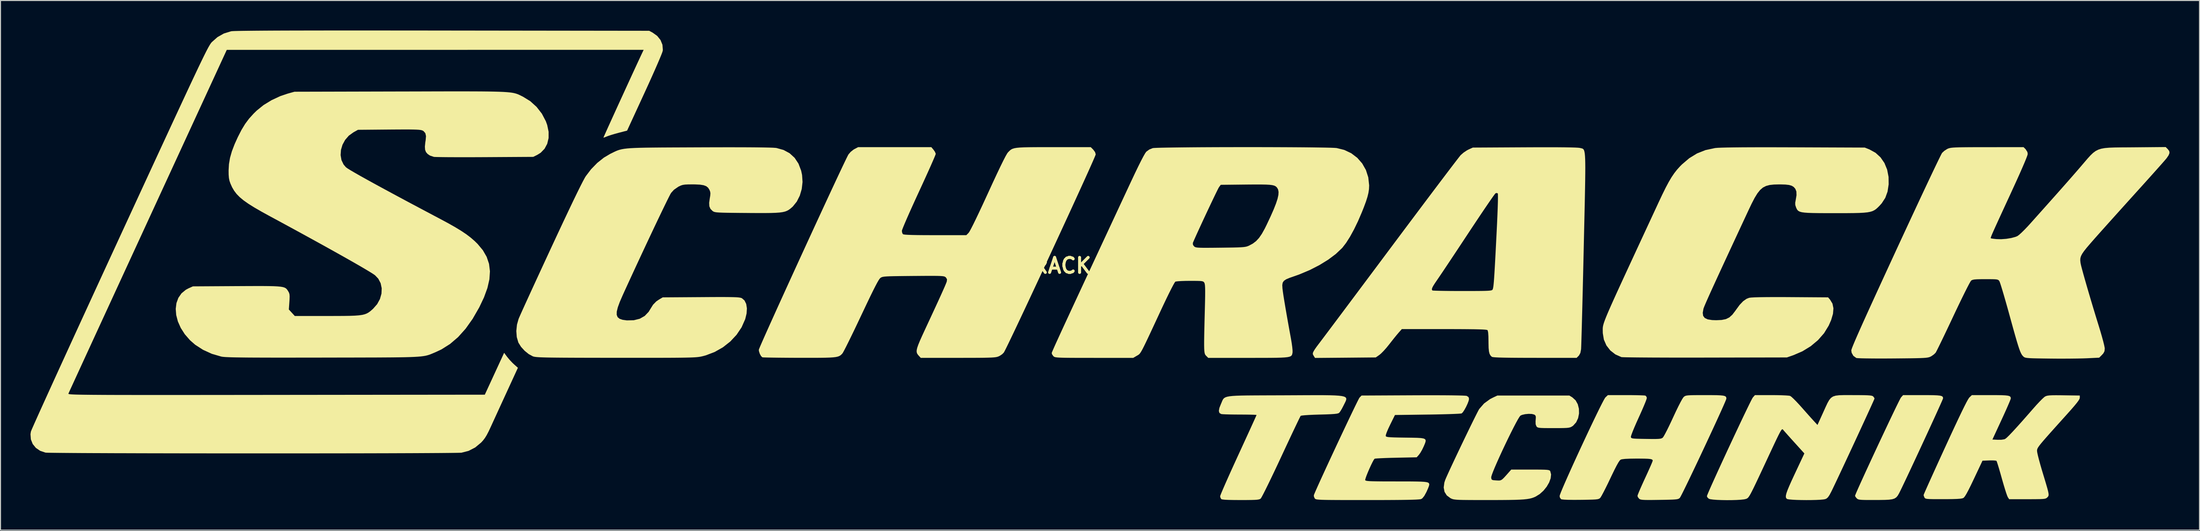
<source format=kicad_pcb>
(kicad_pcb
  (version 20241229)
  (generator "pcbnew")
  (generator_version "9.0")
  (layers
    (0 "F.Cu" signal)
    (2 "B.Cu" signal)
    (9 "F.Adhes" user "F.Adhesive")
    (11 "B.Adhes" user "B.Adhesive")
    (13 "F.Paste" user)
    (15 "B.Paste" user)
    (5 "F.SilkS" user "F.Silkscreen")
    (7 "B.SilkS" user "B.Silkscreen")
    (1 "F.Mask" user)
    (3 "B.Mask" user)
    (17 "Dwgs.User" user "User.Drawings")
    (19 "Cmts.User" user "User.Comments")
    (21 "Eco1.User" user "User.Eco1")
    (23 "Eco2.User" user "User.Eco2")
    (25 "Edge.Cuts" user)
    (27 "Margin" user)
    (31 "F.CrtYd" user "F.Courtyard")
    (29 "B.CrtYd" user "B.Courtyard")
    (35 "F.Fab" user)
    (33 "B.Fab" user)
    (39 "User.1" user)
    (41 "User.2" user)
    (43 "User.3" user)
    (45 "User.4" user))
  (footprint "SCHRACK_LOGO_IMG"
    (layer "F.Cu")
    (at 106.965 23.525)
    (property "Reference" "SCHRACK_LOGO_IMG" (at 0 0 0) (layer "F.SilkS") (effects (font (size 1.5 1.5) (thickness 0.3))))
    (attr board_only exclude_from_pos_files exclude_from_bom)
    (fp_poly (pts (xy 82.879 12.956) (xy 83.381 12.963) (xy 83.752 12.979) (xy 84.013 13.006) (xy 84.181 13.048) (xy 84.277 13.108) (xy 84.319 13.188) (xy 84.328 13.278) (xy 84.293 13.371) (xy 84.194 13.602) (xy 84.038 13.953) (xy 83.832 14.41) (xy 83.585 14.955) (xy 83.302 15.573) (xy 82.993 16.247) (xy 82.664 16.962) (xy 82.322 17.701) (xy 81.976 18.448) (xy 81.632 19.187) (xy 81.299 19.902) (xy 80.983 20.577) (xy 80.692 21.195) (xy 80.433 21.74) (xy 80.215 22.197) (xy 80.058 22.521) (xy 79.915 22.805) (xy 79.786 23.023) (xy 79.647 23.185) (xy 79.473 23.299) (xy 79.241 23.373) (xy 78.928 23.417) (xy 78.509 23.438) (xy 77.961 23.446) (xy 77.491 23.448) (xy 76.924 23.448) (xy 76.502 23.445) (xy 76.199 23.435) (xy 75.992 23.416) (xy 75.855 23.387) (xy 75.764 23.344) (xy 75.695 23.286) (xy 75.692 23.283) (xy 75.568 23.132) (xy 75.523 23.03) (xy 75.558 22.925) (xy 75.658 22.684) (xy 75.817 22.322) (xy 76.026 21.855) (xy 76.278 21.3) (xy 76.565 20.672) (xy 76.881 19.987) (xy 77.216 19.262) (xy 77.565 18.512) (xy 77.919 17.753) (xy 78.272 17.003) (xy 78.615 16.275) (xy 78.94 15.587) (xy 79.242 14.955) (xy 79.511 14.394) (xy 79.741 13.921) (xy 79.924 13.552) (xy 80.053 13.302) (xy 80.119 13.189) (xy 80.121 13.187) (xy 80.329 12.954) (xy 82.227 12.954)) (stroke (width 0) (type solid)) (fill yes) (layer "F.SilkS"))
    (fp_poly (pts (xy 22.357 12.962) (xy 22.982 12.97) (xy 23.488 12.986) (xy 23.888 13.012) (xy 24.19 13.049) (xy 24.407 13.099) (xy 24.547 13.165) (xy 24.621 13.248) (xy 24.64 13.349) (xy 24.614 13.472) (xy 24.554 13.617) (xy 24.469 13.787) (xy 24.371 13.982) (xy 24.355 14.015) (xy 24.198 14.317) (xy 24.047 14.569) (xy 23.93 14.722) (xy 23.919 14.732) (xy 23.832 14.777) (xy 23.678 14.813) (xy 23.438 14.841) (xy 23.09 14.864) (xy 22.614 14.884) (xy 21.991 14.901) (xy 21.962 14.901) (xy 21.395 14.918) (xy 20.9 14.941) (xy 20.502 14.967) (xy 20.222 14.995) (xy 20.085 15.023) (xy 20.076 15.028) (xy 20.026 15.119) (xy 19.911 15.35) (xy 19.74 15.704) (xy 19.518 16.169) (xy 19.252 16.728) (xy 18.951 17.369) (xy 18.62 18.075) (xy 18.267 18.832) (xy 18.126 19.135) (xy 17.763 19.911) (xy 17.417 20.644) (xy 17.094 21.318) (xy 16.803 21.918) (xy 16.55 22.43) (xy 16.343 22.838) (xy 16.189 23.128) (xy 16.096 23.284) (xy 16.078 23.305) (xy 16.002 23.354) (xy 15.894 23.391) (xy 15.731 23.418) (xy 15.491 23.435) (xy 15.15 23.446) (xy 14.686 23.451) (xy 14.077 23.453) (xy 14.062 23.453) (xy 13.387 23.449) (xy 12.87 23.439) (xy 12.496 23.421) (xy 12.256 23.395) (xy 12.135 23.36) (xy 12.124 23.351) (xy 12.04 23.187) (xy 12.023 23.068) (xy 12.057 22.958) (xy 12.157 22.709) (xy 12.314 22.338) (xy 12.523 21.858) (xy 12.776 21.286) (xy 13.067 20.636) (xy 13.39 19.924) (xy 13.737 19.165) (xy 13.843 18.934) (xy 14.195 18.169) (xy 14.524 17.451) (xy 14.825 16.795) (xy 15.09 16.216) (xy 15.312 15.727) (xy 15.486 15.343) (xy 15.604 15.08) (xy 15.66 14.951) (xy 15.663 14.941) (xy 15.583 14.929) (xy 15.359 14.918) (xy 15.016 14.909) (xy 14.581 14.903) (xy 14.078 14.9) (xy 13.991 14.9) (xy 13.464 14.897) (xy 12.985 14.89) (xy 12.585 14.879) (xy 12.291 14.865) (xy 12.134 14.849) (xy 12.128 14.848) (xy 11.951 14.741) (xy 11.891 14.54) (xy 11.947 14.233) (xy 12.088 13.876) (xy 12.16 13.707) (xy 12.219 13.561) (xy 12.276 13.436) (xy 12.343 13.331) (xy 12.433 13.243) (xy 12.559 13.172) (xy 12.731 13.116) (xy 12.963 13.072) (xy 13.266 13.039) (xy 13.652 13.015) (xy 14.135 12.999) (xy 14.725 12.989) (xy 15.435 12.984) (xy 16.277 12.98) (xy 17.264 12.977) (xy 18.407 12.974) (xy 18.478 12.973) (xy 19.676 12.968) (xy 20.715 12.963) (xy 21.605 12.961)) (stroke (width 0) (type solid)) (fill yes) (layer "F.SilkS"))
    (fp_poly (pts (xy 47.259 13.19) (xy 47.577 13.481) (xy 47.792 13.87) (xy 47.905 14.32) (xy 47.916 14.795) (xy 47.825 15.259) (xy 47.632 15.674) (xy 47.336 16.004) (xy 47.253 16.065) (xy 47.143 16.132) (xy 47.028 16.181) (xy 46.88 16.215) (xy 46.673 16.237) (xy 46.379 16.249) (xy 45.972 16.255) (xy 45.425 16.256) (xy 45.374 16.256) (xy 44.817 16.255) (xy 44.405 16.251) (xy 44.113 16.241) (xy 43.918 16.222) (xy 43.794 16.192) (xy 43.718 16.148) (xy 43.665 16.089) (xy 43.657 16.078) (xy 43.578 15.876) (xy 43.569 15.573) (xy 43.579 15.452) (xy 43.598 15.184) (xy 43.577 15.032) (xy 43.501 14.942) (xy 43.433 14.901) (xy 43.203 14.841) (xy 42.879 14.829) (xy 42.53 14.861) (xy 42.221 14.932) (xy 42.062 15.004) (xy 41.965 15.121) (xy 41.811 15.371) (xy 41.61 15.735) (xy 41.372 16.19) (xy 41.106 16.716) (xy 40.822 17.292) (xy 40.532 17.896) (xy 40.244 18.507) (xy 39.969 19.104) (xy 39.717 19.666) (xy 39.497 20.172) (xy 39.321 20.6) (xy 39.197 20.93) (xy 39.136 21.14) (xy 39.132 21.189) (xy 39.154 21.343) (xy 39.213 21.427) (xy 39.349 21.467) (xy 39.606 21.486) (xy 39.649 21.489) (xy 39.849 21.499) (xy 39.998 21.494) (xy 40.126 21.455) (xy 40.26 21.363) (xy 40.428 21.199) (xy 40.658 20.946) (xy 40.931 20.637) (xy 41.137 20.405) (xy 43.045 20.405) (xy 43.662 20.405) (xy 44.131 20.409) (xy 44.474 20.417) (xy 44.713 20.431) (xy 44.868 20.453) (xy 44.961 20.485) (xy 45.014 20.528) (xy 45.04 20.568) (xy 45.122 20.892) (xy 45.079 21.277) (xy 44.927 21.695) (xy 44.682 22.117) (xy 44.363 22.513) (xy 43.984 22.855) (xy 43.581 23.104) (xy 43.396 23.187) (xy 43.201 23.255) (xy 42.978 23.311) (xy 42.71 23.355) (xy 42.381 23.39) (xy 41.974 23.415) (xy 41.471 23.433) (xy 40.856 23.444) (xy 40.112 23.45) (xy 39.221 23.453) (xy 38.868 23.453) (xy 38.015 23.452) (xy 37.313 23.451) (xy 36.747 23.448) (xy 36.299 23.443) (xy 35.952 23.434) (xy 35.69 23.42) (xy 35.495 23.401) (xy 35.35 23.377) (xy 35.238 23.345) (xy 35.142 23.306) (xy 35.055 23.262) (xy 34.689 22.991) (xy 34.464 22.633) (xy 34.382 22.199) (xy 34.447 21.702) (xy 34.532 21.443) (xy 34.628 21.214) (xy 34.785 20.865) (xy 34.991 20.414) (xy 35.239 19.882) (xy 35.518 19.288) (xy 35.819 18.653) (xy 36.132 17.995) (xy 36.448 17.336) (xy 36.758 16.695) (xy 37.051 16.091) (xy 37.319 15.545) (xy 37.552 15.077) (xy 37.74 14.705) (xy 37.873 14.451) (xy 37.936 14.343) (xy 38.417 13.792) (xy 39.018 13.353) (xy 39.281 13.217) (xy 39.751 12.996) (xy 43.349 12.996) (xy 46.948 12.996)) (stroke (width 0) (type solid)) (fill yes) (layer "F.SilkS"))
    (fp_poly (pts (xy 75.311 12.954) (xy 75.94 12.956) (xy 76.421 12.961) (xy 76.775 12.972) (xy 77.023 12.99) (xy 77.187 13.016) (xy 77.288 13.051) (xy 77.337 13.087) (xy 77.444 13.226) (xy 77.47 13.299) (xy 77.435 13.388) (xy 77.336 13.614) (xy 77.18 13.96) (xy 76.975 14.412) (xy 76.728 14.951) (xy 76.446 15.564) (xy 76.138 16.232) (xy 75.811 16.94) (xy 75.472 17.672) (xy 75.128 18.411) (xy 74.788 19.141) (xy 74.458 19.847) (xy 74.147 20.511) (xy 73.862 21.118) (xy 73.61 21.652) (xy 73.399 22.095) (xy 73.237 22.433) (xy 73.146 22.618) (xy 72.966 22.956) (xy 72.819 23.171) (xy 72.68 23.297) (xy 72.551 23.358) (xy 72.359 23.395) (xy 72.041 23.423) (xy 71.629 23.443) (xy 71.154 23.454) (xy 70.647 23.457) (xy 70.141 23.452) (xy 69.666 23.44) (xy 69.254 23.419) (xy 68.936 23.391) (xy 68.745 23.355) (xy 68.712 23.34) (xy 68.637 23.262) (xy 68.601 23.151) (xy 68.608 22.99) (xy 68.663 22.764) (xy 68.772 22.456) (xy 68.941 22.05) (xy 69.173 21.528) (xy 69.476 20.875) (xy 69.549 20.719) (xy 70.454 18.79) (xy 69.454 17.684) (xy 69.118 17.313) (xy 68.815 16.974) (xy 68.566 16.694) (xy 68.391 16.495) (xy 68.321 16.411) (xy 68.282 16.373) (xy 68.239 16.369) (xy 68.184 16.412) (xy 68.108 16.516) (xy 68.006 16.694) (xy 67.868 16.961) (xy 67.687 17.33) (xy 67.456 17.816) (xy 67.167 18.433) (xy 66.931 18.937) (xy 66.504 19.854) (xy 66.142 20.629) (xy 65.838 21.276) (xy 65.587 21.805) (xy 65.382 22.231) (xy 65.216 22.563) (xy 65.084 22.816) (xy 64.978 23.001) (xy 64.892 23.131) (xy 64.821 23.217) (xy 64.757 23.272) (xy 64.694 23.309) (xy 64.627 23.338) (xy 64.426 23.385) (xy 64.098 23.421) (xy 63.678 23.446) (xy 63.197 23.46) (xy 62.689 23.463) (xy 62.186 23.455) (xy 61.723 23.437) (xy 61.33 23.408) (xy 61.042 23.368) (xy 60.894 23.321) (xy 60.753 23.181) (xy 60.706 23.067) (xy 60.741 22.959) (xy 60.842 22.714) (xy 61 22.348) (xy 61.209 21.877) (xy 61.461 21.318) (xy 61.748 20.686) (xy 62.063 19.998) (xy 62.399 19.269) (xy 62.747 18.516) (xy 63.102 17.755) (xy 63.454 17.002) (xy 63.797 16.273) (xy 64.122 15.583) (xy 64.424 14.95) (xy 64.694 14.389) (xy 64.924 13.916) (xy 65.107 13.547) (xy 65.237 13.299) (xy 65.304 13.187) (xy 65.304 13.187) (xy 65.512 12.954) (xy 67.168 12.954) (xy 67.694 12.958) (xy 68.173 12.969) (xy 68.575 12.986) (xy 68.87 13.007) (xy 69.028 13.032) (xy 69.033 13.034) (xy 69.158 13.123) (xy 69.37 13.317) (xy 69.643 13.592) (xy 69.955 13.926) (xy 70.16 14.155) (xy 70.5 14.539) (xy 70.83 14.911) (xy 71.121 15.236) (xy 71.344 15.482) (xy 71.422 15.567) (xy 71.767 15.939) (xy 72.353 14.649) (xy 72.583 14.138) (xy 72.77 13.742) (xy 72.939 13.445) (xy 73.115 13.233) (xy 73.323 13.093) (xy 73.588 13.009) (xy 73.935 12.967) (xy 74.39 12.953) (xy 74.976 12.953)) (stroke (width 0) (type solid)) (fill yes) (layer "F.SilkS"))
    (fp_poly (pts (xy 34.418 12.972) (xy 35.177 12.978) (xy 35.79 12.988) (xy 36.25 13) (xy 36.553 13.016) (xy 36.692 13.034) (xy 36.693 13.035) (xy 36.87 13.159) (xy 36.915 13.335) (xy 36.874 13.533) (xy 36.769 13.811) (xy 36.624 14.123) (xy 36.461 14.42) (xy 36.307 14.656) (xy 36.184 14.782) (xy 36.178 14.785) (xy 36.062 14.802) (xy 35.795 14.821) (xy 35.398 14.839) (xy 34.89 14.857) (xy 34.291 14.873) (xy 33.619 14.888) (xy 32.894 14.9) (xy 32.766 14.901) (xy 29.506 14.944) (xy 29.019 15.929) (xy 28.826 16.337) (xy 28.682 16.678) (xy 28.597 16.926) (xy 28.583 17.049) (xy 28.618 17.094) (xy 28.701 17.128) (xy 28.85 17.154) (xy 29.087 17.173) (xy 29.432 17.187) (xy 29.905 17.198) (xy 30.527 17.207) (xy 30.543 17.207) (xy 31.211 17.215) (xy 31.726 17.227) (xy 32.104 17.25) (xy 32.362 17.292) (xy 32.514 17.361) (xy 32.577 17.465) (xy 32.568 17.61) (xy 32.502 17.806) (xy 32.396 18.058) (xy 32.384 18.087) (xy 32.227 18.415) (xy 32.055 18.716) (xy 31.909 18.92) (xy 31.68 19.177) (xy 29.619 19.219) (xy 29.043 19.233) (xy 28.521 19.25) (xy 28.079 19.269) (xy 27.74 19.288) (xy 27.53 19.307) (xy 27.471 19.319) (xy 27.389 19.426) (xy 27.265 19.651) (xy 27.114 19.958) (xy 26.953 20.309) (xy 26.798 20.668) (xy 26.665 20.999) (xy 26.57 21.266) (xy 26.528 21.431) (xy 26.53 21.46) (xy 26.56 21.494) (xy 26.632 21.522) (xy 26.762 21.544) (xy 26.965 21.561) (xy 27.258 21.573) (xy 27.656 21.581) (xy 28.175 21.587) (xy 28.832 21.589) (xy 29.642 21.59) (xy 29.656 21.59) (xy 30.487 21.591) (xy 31.165 21.593) (xy 31.704 21.6) (xy 32.121 21.612) (xy 32.432 21.631) (xy 32.652 21.659) (xy 32.796 21.698) (xy 32.881 21.748) (xy 32.922 21.811) (xy 32.935 21.89) (xy 32.935 21.927) (xy 32.9 22.064) (xy 32.808 22.304) (xy 32.676 22.6) (xy 32.652 22.653) (xy 32.441 23.039) (xy 32.251 23.273) (xy 32.14 23.349) (xy 32.046 23.372) (xy 31.868 23.391) (xy 31.595 23.408) (xy 31.217 23.421) (xy 30.725 23.432) (xy 30.108 23.441) (xy 29.357 23.447) (xy 28.462 23.451) (xy 27.414 23.452) (xy 26.755 23.453) (xy 25.694 23.453) (xy 24.788 23.452) (xy 24.027 23.451) (xy 23.396 23.448) (xy 22.883 23.444) (xy 22.475 23.437) (xy 22.16 23.428) (xy 21.924 23.415) (xy 21.755 23.4) (xy 21.639 23.38) (xy 21.565 23.356) (xy 21.519 23.327) (xy 21.488 23.293) (xy 21.474 23.274) (xy 21.395 23.087) (xy 21.397 22.956) (xy 21.469 22.775) (xy 21.603 22.466) (xy 21.791 22.044) (xy 22.025 21.526) (xy 22.299 20.928) (xy 22.603 20.266) (xy 22.931 19.556) (xy 23.276 18.815) (xy 23.628 18.059) (xy 23.982 17.304) (xy 24.33 16.566) (xy 24.663 15.861) (xy 24.974 15.206) (xy 25.257 14.616) (xy 25.502 14.108) (xy 25.703 13.698) (xy 25.852 13.402) (xy 25.941 13.236) (xy 25.96 13.208) (xy 26.166 12.996) (xy 31.318 12.973) (xy 32.483 12.969) (xy 33.518 12.969)) (stroke (width 0) (type solid)) (fill yes) (layer "F.SilkS"))
    (fp_poly (pts (xy 89.696 12.956) (xy 90.189 12.963) (xy 90.551 12.98) (xy 90.803 13.009) (xy 90.965 13.053) (xy 91.055 13.116) (xy 91.094 13.202) (xy 91.101 13.292) (xy 91.067 13.403) (xy 90.97 13.646) (xy 90.82 13.997) (xy 90.627 14.436) (xy 90.4 14.939) (xy 90.182 15.413) (xy 89.263 17.399) (xy 89.799 17.424) (xy 90.168 17.42) (xy 90.451 17.373) (xy 90.538 17.339) (xy 90.686 17.223) (xy 90.939 16.978) (xy 91.293 16.607) (xy 91.746 16.113) (xy 92.295 15.5) (xy 92.937 14.77) (xy 93.34 14.309) (xy 93.667 13.94) (xy 93.977 13.609) (xy 94.244 13.339) (xy 94.443 13.158) (xy 94.522 13.101) (xy 94.633 13.048) (xy 94.771 13.01) (xy 94.962 12.985) (xy 95.232 12.971) (xy 95.607 12.967) (xy 96.113 12.97) (xy 96.393 12.974) (xy 98.002 12.996) (xy 98.002 13.223) (xy 97.974 13.33) (xy 97.884 13.489) (xy 97.72 13.713) (xy 97.472 14.016) (xy 97.129 14.413) (xy 96.68 14.916) (xy 96.647 14.953) (xy 95.997 15.674) (xy 95.452 16.281) (xy 95.001 16.785) (xy 94.637 17.197) (xy 94.35 17.527) (xy 94.13 17.788) (xy 93.969 17.991) (xy 93.858 18.146) (xy 93.787 18.266) (xy 93.748 18.361) (xy 93.73 18.442) (xy 93.726 18.521) (xy 93.726 18.546) (xy 93.75 18.718) (xy 93.818 19.023) (xy 93.923 19.434) (xy 94.057 19.922) (xy 94.212 20.459) (xy 94.289 20.713) (xy 94.49 21.375) (xy 94.645 21.895) (xy 94.759 22.291) (xy 94.834 22.584) (xy 94.875 22.793) (xy 94.885 22.937) (xy 94.867 23.036) (xy 94.826 23.109) (xy 94.765 23.176) (xy 94.75 23.19) (xy 94.684 23.249) (xy 94.602 23.293) (xy 94.482 23.325) (xy 94.299 23.346) (xy 94.032 23.359) (xy 93.656 23.365) (xy 93.149 23.368) (xy 92.754 23.368) (xy 90.936 23.368) (xy 90.802 23.163) (xy 90.739 23.021) (xy 90.641 22.744) (xy 90.518 22.359) (xy 90.378 21.896) (xy 90.23 21.382) (xy 90.202 21.28) (xy 90.058 20.77) (xy 89.926 20.317) (xy 89.813 19.944) (xy 89.727 19.678) (xy 89.676 19.543) (xy 89.67 19.533) (xy 89.559 19.504) (xy 89.325 19.488) (xy 89.014 19.488) (xy 88.937 19.491) (xy 88.271 19.516) (xy 87.418 21.323) (xy 87.113 21.962) (xy 86.866 22.457) (xy 86.67 22.822) (xy 86.519 23.069) (xy 86.405 23.21) (xy 86.357 23.246) (xy 86.235 23.288) (xy 86.029 23.32) (xy 85.72 23.342) (xy 85.288 23.356) (xy 84.715 23.364) (xy 84.352 23.365) (xy 83.755 23.365) (xy 83.305 23.362) (xy 82.981 23.354) (xy 82.758 23.339) (xy 82.616 23.315) (xy 82.533 23.28) (xy 82.485 23.232) (xy 82.468 23.204) (xy 82.397 23.032) (xy 82.381 22.949) (xy 82.415 22.858) (xy 82.514 22.626) (xy 82.672 22.268) (xy 82.883 21.796) (xy 83.141 21.225) (xy 83.439 20.567) (xy 83.771 19.836) (xy 84.132 19.046) (xy 84.515 18.21) (xy 84.548 18.139) (xy 85.053 17.041) (xy 85.494 16.094) (xy 85.872 15.29) (xy 86.191 14.624) (xy 86.453 14.091) (xy 86.66 13.685) (xy 86.817 13.4) (xy 86.925 13.23) (xy 86.962 13.187) (xy 87.209 12.954) (xy 89.054 12.954)) (stroke (width 0) (type solid)) (fill yes) (layer "F.SilkS"))
    (fp_poly (pts (xy 67.875 -11.84) (xy 69.384 -11.836) (xy 76.496 -11.811) (xy 76.974 -11.618) (xy 77.574 -11.288) (xy 78.073 -10.832) (xy 78.462 -10.267) (xy 78.733 -9.609) (xy 78.876 -8.876) (xy 78.885 -8.128) (xy 78.775 -7.404) (xy 78.55 -6.785) (xy 78.195 -6.238) (xy 77.98 -5.998) (xy 77.803 -5.82) (xy 77.639 -5.673) (xy 77.47 -5.553) (xy 77.28 -5.458) (xy 77.051 -5.386) (xy 76.765 -5.332) (xy 76.404 -5.295) (xy 75.951 -5.271) (xy 75.389 -5.257) (xy 74.7 -5.251) (xy 73.867 -5.249) (xy 73.473 -5.249) (xy 72.596 -5.25) (xy 71.873 -5.254) (xy 71.287 -5.263) (xy 70.823 -5.279) (xy 70.464 -5.306) (xy 70.195 -5.344) (xy 69.999 -5.398) (xy 69.86 -5.469) (xy 69.763 -5.559) (xy 69.692 -5.671) (xy 69.63 -5.807) (xy 69.626 -5.817) (xy 69.546 -6.062) (xy 69.54 -6.298) (xy 69.586 -6.546) (xy 69.669 -7.044) (xy 69.656 -7.419) (xy 69.549 -7.686) (xy 69.394 -7.864) (xy 69.198 -7.988) (xy 68.932 -8.068) (xy 68.565 -8.111) (xy 68.067 -8.126) (xy 67.928 -8.126) (xy 67.412 -8.113) (xy 66.982 -8.067) (xy 66.62 -7.97) (xy 66.307 -7.809) (xy 66.026 -7.566) (xy 65.756 -7.227) (xy 65.48 -6.776) (xy 65.18 -6.197) (xy 64.863 -5.532) (xy 64.169 -4.041) (xy 63.544 -2.697) (xy 62.985 -1.493) (xy 62.489 -0.423) (xy 62.053 0.52) (xy 61.675 1.342) (xy 61.351 2.049) (xy 61.078 2.648) (xy 60.854 3.146) (xy 60.675 3.549) (xy 60.539 3.864) (xy 60.442 4.096) (xy 60.382 4.253) (xy 60.359 4.323) (xy 60.29 4.722) (xy 60.331 5.025) (xy 60.493 5.24) (xy 60.786 5.377) (xy 61.222 5.447) (xy 61.634 5.461) (xy 62.179 5.437) (xy 62.602 5.352) (xy 62.944 5.185) (xy 63.247 4.913) (xy 63.552 4.516) (xy 63.6 4.446) (xy 63.98 3.928) (xy 64.332 3.558) (xy 64.674 3.32) (xy 64.93 3.22) (xy 65.118 3.194) (xy 65.469 3.174) (xy 65.985 3.159) (xy 66.666 3.15) (xy 67.513 3.146) (xy 68.529 3.148) (xy 69.05 3.151) (xy 72.828 3.175) (xy 73.029 3.409) (xy 73.266 3.802) (xy 73.362 4.27) (xy 73.318 4.818) (xy 73.132 5.449) (xy 72.888 6.004) (xy 72.425 6.761) (xy 71.819 7.452) (xy 71.093 8.06) (xy 70.266 8.567) (xy 69.384 8.949) (xy 68.707 9.186) (xy 60.537 9.201) (xy 59.371 9.203) (xy 58.25 9.203) (xy 57.187 9.202) (xy 56.193 9.199) (xy 55.281 9.196) (xy 54.461 9.191) (xy 53.746 9.186) (xy 53.149 9.179) (xy 52.68 9.172) (xy 52.353 9.163) (xy 52.178 9.154) (xy 52.154 9.151) (xy 51.547 8.88) (xy 51.043 8.485) (xy 50.656 7.987) (xy 50.402 7.405) (xy 50.295 6.76) (xy 50.292 6.641) (xy 50.29 6.521) (xy 50.288 6.414) (xy 50.288 6.314) (xy 50.293 6.212) (xy 50.307 6.101) (xy 50.333 5.973) (xy 50.374 5.82) (xy 50.434 5.636) (xy 50.515 5.413) (xy 50.622 5.142) (xy 50.756 4.817) (xy 50.923 4.43) (xy 51.124 3.973) (xy 51.363 3.439) (xy 51.643 2.821) (xy 51.968 2.11) (xy 52.341 1.299) (xy 52.765 0.381) (xy 53.243 -0.652) (xy 53.778 -1.808) (xy 54.374 -3.094) (xy 55.035 -4.517) (xy 55.763 -6.085) (xy 55.866 -6.308) (xy 56.25 -7.122) (xy 56.585 -7.8) (xy 56.886 -8.365) (xy 57.165 -8.838) (xy 57.437 -9.24) (xy 57.713 -9.594) (xy 58.009 -9.922) (xy 58.202 -10.118) (xy 58.945 -10.75) (xy 59.725 -11.227) (xy 60.566 -11.559) (xy 61.496 -11.759) (xy 61.566 -11.768) (xy 61.802 -11.788) (xy 62.192 -11.804) (xy 62.738 -11.818) (xy 63.442 -11.828) (xy 64.306 -11.836) (xy 65.331 -11.84) (xy 66.52 -11.842)) (stroke (width 0) (type solid)) (fill yes) (layer "F.SilkS"))
    (fp_poly (pts (xy 53.158 12.956) (xy 53.649 12.963) (xy 54.061 12.973) (xy 54.366 12.985) (xy 54.538 13) (xy 54.561 13.005) (xy 54.667 13.121) (xy 54.695 13.251) (xy 54.66 13.381) (xy 54.564 13.64) (xy 54.415 14.003) (xy 54.225 14.445) (xy 54.004 14.942) (xy 53.886 15.201) (xy 53.654 15.714) (xy 53.451 16.183) (xy 53.285 16.585) (xy 53.168 16.896) (xy 53.108 17.09) (xy 53.103 17.135) (xy 53.119 17.2) (xy 53.161 17.247) (xy 53.253 17.28) (xy 53.419 17.303) (xy 53.683 17.318) (xy 54.067 17.328) (xy 54.597 17.337) (xy 54.619 17.337) (xy 55.165 17.344) (xy 55.567 17.344) (xy 55.852 17.334) (xy 56.046 17.314) (xy 56.174 17.28) (xy 56.264 17.231) (xy 56.291 17.21) (xy 56.376 17.093) (xy 56.517 16.844) (xy 56.703 16.488) (xy 56.921 16.047) (xy 57.16 15.544) (xy 57.32 15.198) (xy 57.598 14.601) (xy 57.851 14.081) (xy 58.069 13.656) (xy 58.242 13.346) (xy 58.362 13.167) (xy 58.384 13.145) (xy 58.459 13.083) (xy 58.542 13.037) (xy 58.656 13.003) (xy 58.825 12.98) (xy 59.071 12.966) (xy 59.416 12.958) (xy 59.885 12.955) (xy 60.499 12.954) (xy 60.524 12.954) (xy 61.18 12.956) (xy 61.686 12.962) (xy 62.061 12.978) (xy 62.324 13.005) (xy 62.496 13.047) (xy 62.595 13.107) (xy 62.641 13.188) (xy 62.653 13.294) (xy 62.653 13.308) (xy 62.618 13.417) (xy 62.517 13.664) (xy 62.357 14.03) (xy 62.147 14.502) (xy 61.893 15.061) (xy 61.604 15.694) (xy 61.286 16.383) (xy 60.947 17.112) (xy 60.596 17.866) (xy 60.238 18.629) (xy 59.883 19.384) (xy 59.536 20.115) (xy 59.206 20.807) (xy 58.901 21.444) (xy 58.627 22.008) (xy 58.393 22.486) (xy 58.206 22.859) (xy 58.073 23.113) (xy 58.001 23.231) (xy 57.998 23.235) (xy 57.932 23.292) (xy 57.847 23.336) (xy 57.721 23.369) (xy 57.531 23.392) (xy 57.255 23.409) (xy 56.869 23.421) (xy 56.35 23.431) (xy 55.955 23.437) (xy 55.338 23.445) (xy 54.868 23.448) (xy 54.523 23.443) (xy 54.28 23.43) (xy 54.116 23.408) (xy 54.009 23.375) (xy 53.937 23.329) (xy 53.925 23.319) (xy 53.8 23.155) (xy 53.763 23.034) (xy 53.798 22.918) (xy 53.894 22.674) (xy 54.042 22.327) (xy 54.231 21.901) (xy 54.449 21.42) (xy 54.525 21.256) (xy 54.751 20.766) (xy 54.95 20.324) (xy 55.113 19.955) (xy 55.227 19.683) (xy 55.283 19.532) (xy 55.287 19.512) (xy 55.268 19.439) (xy 55.195 19.385) (xy 55.048 19.348) (xy 54.806 19.324) (xy 54.447 19.311) (xy 53.95 19.306) (xy 53.651 19.305) (xy 53.007 19.313) (xy 52.529 19.335) (xy 52.215 19.372) (xy 52.081 19.411) (xy 51.984 19.501) (xy 51.852 19.695) (xy 51.677 20.005) (xy 51.453 20.442) (xy 51.173 21.019) (xy 51.044 21.291) (xy 50.797 21.808) (xy 50.563 22.28) (xy 50.356 22.685) (xy 50.189 22.996) (xy 50.072 23.191) (xy 50.036 23.238) (xy 49.969 23.296) (xy 49.881 23.339) (xy 49.751 23.371) (xy 49.553 23.394) (xy 49.266 23.409) (xy 48.865 23.42) (xy 48.327 23.429) (xy 48.067 23.432) (xy 47.385 23.436) (xy 46.839 23.429) (xy 46.439 23.413) (xy 46.193 23.386) (xy 46.122 23.365) (xy 46.009 23.218) (xy 45.974 23.053) (xy 46.01 22.922) (xy 46.111 22.655) (xy 46.271 22.268) (xy 46.482 21.778) (xy 46.736 21.201) (xy 47.026 20.553) (xy 47.343 19.851) (xy 47.681 19.112) (xy 48.032 18.351) (xy 48.388 17.586) (xy 48.741 16.832) (xy 49.084 16.105) (xy 49.41 15.423) (xy 49.71 14.802) (xy 49.977 14.258) (xy 50.204 13.808) (xy 50.383 13.467) (xy 50.506 13.252) (xy 50.554 13.187) (xy 50.803 12.954) (xy 52.615 12.954)) (stroke (width 0) (type solid)) (fill yes) (layer "F.SilkS"))
    (fp_poly (pts (xy 45.722 -11.841) (xy 46.476 -11.835) (xy 47.078 -11.825) (xy 47.531 -11.812) (xy 47.842 -11.795) (xy 48.012 -11.774) (xy 48.027 -11.77) (xy 48.115 -11.748) (xy 48.194 -11.73) (xy 48.264 -11.708) (xy 48.326 -11.671) (xy 48.379 -11.612) (xy 48.424 -11.52) (xy 48.461 -11.388) (xy 48.491 -11.205) (xy 48.514 -10.962) (xy 48.53 -10.652) (xy 48.539 -10.263) (xy 48.543 -9.788) (xy 48.54 -9.218) (xy 48.532 -8.542) (xy 48.519 -7.753) (xy 48.501 -6.841) (xy 48.479 -5.796) (xy 48.452 -4.611) (xy 48.421 -3.275) (xy 48.387 -1.78) (xy 48.384 -1.632) (xy 48.355 -0.366) (xy 48.326 0.86) (xy 48.298 2.033) (xy 48.271 3.142) (xy 48.245 4.175) (xy 48.22 5.123) (xy 48.198 5.972) (xy 48.177 6.711) (xy 48.159 7.33) (xy 48.144 7.817) (xy 48.132 8.16) (xy 48.123 8.349) (xy 48.121 8.372) (xy 48.052 8.733) (xy 47.92 8.979) (xy 47.875 9.028) (xy 47.675 9.229) (xy 43.501 9.226) (xy 42.487 9.224) (xy 41.63 9.22) (xy 40.922 9.214) (xy 40.352 9.205) (xy 39.907 9.193) (xy 39.579 9.177) (xy 39.357 9.158) (xy 39.229 9.136) (xy 39.193 9.12) (xy 39.06 8.99) (xy 38.967 8.819) (xy 38.907 8.578) (xy 38.874 8.236) (xy 38.863 7.763) (xy 38.862 7.6) (xy 38.853 7.063) (xy 38.827 6.693) (xy 38.782 6.487) (xy 38.76 6.452) (xy 38.692 6.427) (xy 38.532 6.406) (xy 38.271 6.389) (xy 37.898 6.376) (xy 37.404 6.365) (xy 36.777 6.358) (xy 36.008 6.353) (xy 35.087 6.35) (xy 34.426 6.35) (xy 30.193 6.35) (xy 29.873 6.71) (xy 29.689 6.926) (xy 29.439 7.233) (xy 29.158 7.586) (xy 28.937 7.87) (xy 28.656 8.217) (xy 28.369 8.538) (xy 28.114 8.795) (xy 27.954 8.929) (xy 27.587 9.186) (xy 24.55 9.211) (xy 21.513 9.235) (xy 21.377 9.026) (xy 21.291 8.862) (xy 21.301 8.717) (xy 21.368 8.572) (xy 21.491 8.369) (xy 21.676 8.105) (xy 21.824 7.909) (xy 21.914 7.791) (xy 22.099 7.546) (xy 22.373 7.182) (xy 22.73 6.707) (xy 23.163 6.13) (xy 23.666 5.459) (xy 24.233 4.702) (xy 24.857 3.867) (xy 25.533 2.964) (xy 25.966 2.384) (xy 33.198 2.384) (xy 33.235 2.472) (xy 33.246 2.484) (xy 33.341 2.497) (xy 33.585 2.509) (xy 33.96 2.519) (xy 34.445 2.528) (xy 35.02 2.535) (xy 35.666 2.539) (xy 36.248 2.54) (xy 37.036 2.539) (xy 37.671 2.537) (xy 38.17 2.533) (xy 38.55 2.525) (xy 38.829 2.513) (xy 39.023 2.496) (xy 39.148 2.474) (xy 39.223 2.445) (xy 39.263 2.408) (xy 39.273 2.392) (xy 39.299 2.326) (xy 39.324 2.225) (xy 39.349 2.077) (xy 39.373 1.869) (xy 39.399 1.588) (xy 39.426 1.223) (xy 39.456 0.76) (xy 39.49 0.188) (xy 39.529 -0.508) (xy 39.573 -1.338) (xy 39.623 -2.315) (xy 39.665 -3.133) (xy 39.716 -4.17) (xy 39.755 -5.064) (xy 39.784 -5.81) (xy 39.802 -6.405) (xy 39.808 -6.844) (xy 39.803 -7.122) (xy 39.787 -7.236) (xy 39.786 -7.237) (xy 39.646 -7.269) (xy 39.558 -7.229) (xy 39.485 -7.143) (xy 39.328 -6.928) (xy 39.097 -6.599) (xy 38.8 -6.167) (xy 38.446 -5.647) (xy 38.045 -5.052) (xy 37.606 -4.394) (xy 37.136 -3.688) (xy 36.872 -3.288) (xy 36.373 -2.533) (xy 35.885 -1.795) (xy 35.419 -1.092) (xy 34.986 -0.441) (xy 34.597 0.142) (xy 34.264 0.64) (xy 33.997 1.035) (xy 33.808 1.313) (xy 33.761 1.381) (xy 33.492 1.776) (xy 33.315 2.059) (xy 33.221 2.254) (xy 33.198 2.384) (xy 25.966 2.384) (xy 26.254 1.999) (xy 27.014 0.983) (xy 27.807 -0.078) (xy 28.626 -1.175) (xy 28.95 -1.609) (xy 29.778 -2.716) (xy 30.581 -3.79) (xy 31.355 -4.822) (xy 32.092 -5.805) (xy 32.787 -6.729) (xy 33.433 -7.587) (xy 34.024 -8.37) (xy 34.554 -9.07) (xy 35.016 -9.679) (xy 35.405 -10.189) (xy 35.713 -10.59) (xy 35.935 -10.876) (xy 36.065 -11.038) (xy 36.09 -11.065) (xy 36.373 -11.311) (xy 36.706 -11.533) (xy 36.864 -11.616) (xy 37.296 -11.811) (xy 42.503 -11.837) (xy 43.739 -11.842) (xy 44.811 -11.843)) (stroke (width 0) (type solid)) (fill yes) (layer "F.SilkS"))
    (fp_poly (pts (xy -36.158 -11.84) (xy -35.167 -11.837) (xy -34.331 -11.831) (xy -33.644 -11.822) (xy -33.102 -11.811) (xy -32.703 -11.797) (xy -32.442 -11.779) (xy -32.352 -11.768) (xy -31.64 -11.569) (xy -31.033 -11.239) (xy -30.535 -10.781) (xy -30.152 -10.202) (xy -29.887 -9.506) (xy -29.793 -9.07) (xy -29.746 -8.369) (xy -29.826 -7.667) (xy -30.021 -7.001) (xy -30.321 -6.406) (xy -30.714 -5.918) (xy -30.793 -5.845) (xy -30.962 -5.701) (xy -31.124 -5.582) (xy -31.297 -5.486) (xy -31.496 -5.41) (xy -31.741 -5.353) (xy -32.048 -5.311) (xy -32.435 -5.284) (xy -32.918 -5.267) (xy -33.516 -5.261) (xy -34.246 -5.261) (xy -35.124 -5.266) (xy -35.289 -5.268) (xy -36.114 -5.274) (xy -36.787 -5.281) (xy -37.324 -5.288) (xy -37.743 -5.298) (xy -38.061 -5.311) (xy -38.294 -5.327) (xy -38.461 -5.349) (xy -38.577 -5.377) (xy -38.66 -5.411) (xy -38.728 -5.454) (xy -38.745 -5.466) (xy -38.956 -5.676) (xy -39.067 -5.936) (xy -39.086 -6.28) (xy -39.028 -6.704) (xy -38.974 -7.029) (xy -38.961 -7.249) (xy -38.992 -7.421) (xy -39.06 -7.586) (xy -39.192 -7.795) (xy -39.376 -7.945) (xy -39.637 -8.044) (xy -40.002 -8.102) (xy -40.498 -8.126) (xy -40.755 -8.128) (xy -41.185 -8.125) (xy -41.492 -8.11) (xy -41.718 -8.077) (xy -41.909 -8.018) (xy -42.11 -7.925) (xy -42.171 -7.893) (xy -42.605 -7.593) (xy -42.89 -7.279) (xy -42.972 -7.138) (xy -43.117 -6.857) (xy -43.32 -6.45) (xy -43.574 -5.929) (xy -43.873 -5.31) (xy -44.211 -4.605) (xy -44.58 -3.829) (xy -44.974 -2.994) (xy -45.387 -2.116) (xy -45.812 -1.207) (xy -46.243 -0.281) (xy -46.674 0.649) (xy -47.097 1.567) (xy -47.507 2.461) (xy -47.734 2.961) (xy -48.025 3.631) (xy -48.223 4.172) (xy -48.327 4.597) (xy -48.333 4.921) (xy -48.24 5.157) (xy -48.045 5.318) (xy -47.745 5.42) (xy -47.34 5.476) (xy -47.313 5.478) (xy -46.625 5.464) (xy -46.029 5.315) (xy -45.532 5.033) (xy -45.139 4.622) (xy -44.979 4.36) (xy -44.699 3.911) (xy -44.376 3.58) (xy -44.111 3.4) (xy -43.73 3.175) (xy -39.901 3.151) (xy -38.983 3.145) (xy -38.219 3.142) (xy -37.594 3.142) (xy -37.092 3.146) (xy -36.698 3.153) (xy -36.398 3.164) (xy -36.175 3.179) (xy -36.014 3.2) (xy -35.901 3.226) (xy -35.819 3.257) (xy -35.809 3.262) (xy -35.549 3.488) (xy -35.381 3.834) (xy -35.311 4.274) (xy -35.342 4.785) (xy -35.477 5.343) (xy -35.482 5.358) (xy -35.841 6.17) (xy -36.345 6.92) (xy -36.974 7.592) (xy -37.71 8.171) (xy -38.534 8.638) (xy -39.428 8.979) (xy -39.731 9.06) (xy -39.854 9.088) (xy -39.98 9.113) (xy -40.121 9.135) (xy -40.287 9.154) (xy -40.489 9.17) (xy -40.739 9.183) (xy -41.048 9.194) (xy -41.425 9.203) (xy -41.883 9.21) (xy -42.433 9.215) (xy -43.085 9.219) (xy -43.85 9.221) (xy -44.739 9.223) (xy -45.764 9.223) (xy -46.936 9.223) (xy -48.265 9.222) (xy -48.387 9.222) (xy -49.737 9.221) (xy -50.928 9.219) (xy -51.97 9.217) (xy -52.875 9.214) (xy -53.652 9.21) (xy -54.312 9.205) (xy -54.866 9.199) (xy -55.323 9.191) (xy -55.695 9.181) (xy -55.991 9.17) (xy -56.223 9.156) (xy -56.4 9.141) (xy -56.534 9.122) (xy -56.634 9.102) (xy -56.711 9.078) (xy -56.721 9.074) (xy -57.131 8.853) (xy -57.542 8.52) (xy -57.902 8.125) (xy -58.158 7.716) (xy -58.172 7.685) (xy -58.328 7.151) (xy -58.374 6.541) (xy -58.309 5.907) (xy -58.148 5.334) (xy -58.08 5.174) (xy -57.947 4.872) (xy -57.754 4.442) (xy -57.506 3.896) (xy -57.209 3.246) (xy -56.87 2.505) (xy -56.493 1.685) (xy -56.084 0.798) (xy -55.65 -0.142) (xy -55.195 -1.124) (xy -54.912 -1.736) (xy -54.258 -3.141) (xy -53.669 -4.399) (xy -53.145 -5.507) (xy -52.688 -6.466) (xy -52.297 -7.273) (xy -51.972 -7.929) (xy -51.715 -8.433) (xy -51.526 -8.783) (xy -51.428 -8.945) (xy -50.896 -9.643) (xy -50.281 -10.274) (xy -49.62 -10.802) (xy -48.992 -11.175) (xy -48.774 -11.283) (xy -48.582 -11.378) (xy -48.402 -11.461) (xy -48.225 -11.532) (xy -48.036 -11.593) (xy -47.826 -11.644) (xy -47.581 -11.687) (xy -47.29 -11.722) (xy -46.942 -11.75) (xy -46.524 -11.772) (xy -46.025 -11.789) (xy -45.432 -11.802) (xy -44.734 -11.811) (xy -43.919 -11.818) (xy -42.975 -11.823) (xy -41.89 -11.827) (xy -40.653 -11.832) (xy -40.09 -11.834) (xy -38.615 -11.839) (xy -37.306 -11.841)) (stroke (width 0) (type solid)) (fill yes) (layer "F.SilkS"))
    (fp_poly (pts (xy -4.659 -11.853) (xy -0.918 -11.853) (xy -0.671 -11.606) (xy -0.489 -11.36) (xy -0.423 -11.132) (xy -0.458 -11.028) (xy -0.56 -10.782) (xy -0.724 -10.404) (xy -0.944 -9.908) (xy -1.215 -9.303) (xy -1.533 -8.6) (xy -1.891 -7.812) (xy -2.285 -6.95) (xy -2.709 -6.023) (xy -3.158 -5.045) (xy -3.628 -4.026) (xy -4.112 -2.977) (xy -4.606 -1.909) (xy -5.104 -0.834) (xy -5.601 0.237) (xy -6.092 1.293) (xy -6.573 2.322) (xy -7.036 3.314) (xy -7.478 4.257) (xy -7.894 5.14) (xy -8.277 5.951) (xy -8.623 6.68) (xy -8.927 7.315) (xy -9.183 7.846) (xy -9.386 8.26) (xy -9.531 8.547) (xy -9.613 8.695) (xy -9.614 8.696) (xy -9.776 8.861) (xy -10.018 9.022) (xy -10.103 9.065) (xy -10.197 9.103) (xy -10.305 9.135) (xy -10.441 9.161) (xy -10.624 9.181) (xy -10.868 9.197) (xy -11.191 9.208) (xy -11.607 9.217) (xy -12.134 9.222) (xy -12.788 9.225) (xy -13.584 9.226) (xy -14.188 9.227) (xy -17.92 9.229) (xy -18.103 9.034) (xy -18.215 8.905) (xy -18.293 8.778) (xy -18.333 8.635) (xy -18.329 8.456) (xy -18.277 8.225) (xy -18.173 7.921) (xy -18.011 7.526) (xy -17.787 7.023) (xy -17.496 6.392) (xy -17.372 6.125) (xy -16.906 5.123) (xy -16.509 4.265) (xy -16.176 3.543) (xy -15.904 2.946) (xy -15.689 2.467) (xy -15.525 2.097) (xy -15.411 1.825) (xy -15.34 1.644) (xy -15.32 1.583) (xy -15.296 1.369) (xy -15.398 1.197) (xy -15.417 1.178) (xy -15.467 1.134) (xy -15.53 1.099) (xy -15.626 1.071) (xy -15.769 1.051) (xy -15.978 1.037) (xy -16.27 1.028) (xy -16.662 1.024) (xy -17.17 1.024) (xy -17.813 1.028) (xy -18.607 1.034) (xy -18.653 1.034) (xy -19.456 1.041) (xy -20.108 1.048) (xy -20.626 1.056) (xy -21.027 1.066) (xy -21.328 1.08) (xy -21.548 1.098) (xy -21.704 1.121) (xy -21.813 1.151) (xy -21.893 1.188) (xy -21.957 1.231) (xy -22.035 1.312) (xy -22.142 1.471) (xy -22.284 1.717) (xy -22.466 2.061) (xy -22.695 2.513) (xy -22.975 3.084) (xy -23.311 3.785) (xy -23.709 4.625) (xy -23.884 4.995) (xy -24.232 5.73) (xy -24.563 6.424) (xy -24.871 7.059) (xy -25.146 7.619) (xy -25.381 8.09) (xy -25.568 8.453) (xy -25.699 8.694) (xy -25.762 8.792) (xy -25.86 8.894) (xy -25.96 8.979) (xy -26.077 9.048) (xy -26.227 9.103) (xy -26.427 9.146) (xy -26.691 9.177) (xy -27.037 9.199) (xy -27.479 9.213) (xy -28.035 9.22) (xy -28.719 9.223) (xy -29.547 9.223) (xy -30.075 9.222) (xy -30.84 9.22) (xy -31.554 9.215) (xy -32.199 9.21) (xy -32.757 9.203) (xy -33.21 9.195) (xy -33.539 9.186) (xy -33.727 9.177) (xy -33.763 9.172) (xy -33.897 9.048) (xy -34.021 8.824) (xy -34.104 8.567) (xy -34.121 8.423) (xy -34.086 8.322) (xy -33.985 8.078) (xy -33.823 7.704) (xy -33.605 7.209) (xy -33.337 6.607) (xy -33.023 5.908) (xy -32.669 5.123) (xy -32.281 4.263) (xy -31.862 3.341) (xy -31.419 2.367) (xy -30.956 1.353) (xy -30.479 0.309) (xy -29.993 -0.752) (xy -29.503 -1.82) (xy -29.014 -2.883) (xy -28.533 -3.929) (xy -28.062 -4.948) (xy -27.609 -5.928) (xy -27.178 -6.858) (xy -26.774 -7.727) (xy -26.403 -8.522) (xy -26.069 -9.234) (xy -25.778 -9.85) (xy -25.535 -10.359) (xy -25.346 -10.75) (xy -25.215 -11.012) (xy -25.152 -11.127) (xy -24.931 -11.382) (xy -24.646 -11.607) (xy -24.561 -11.657) (xy -24.188 -11.853) (xy -20.526 -11.853) (xy -16.864 -11.853) (xy -16.645 -11.593) (xy -16.503 -11.387) (xy -16.429 -11.206) (xy -16.425 -11.175) (xy -16.46 -11.068) (xy -16.559 -10.824) (xy -16.717 -10.458) (xy -16.924 -9.985) (xy -17.176 -9.423) (xy -17.465 -8.785) (xy -17.783 -8.088) (xy -18.119 -7.36) (xy -18.46 -6.618) (xy -18.778 -5.917) (xy -19.067 -5.273) (xy -19.318 -4.703) (xy -19.525 -4.222) (xy -19.681 -3.846) (xy -19.779 -3.592) (xy -19.812 -3.477) (xy -19.776 -3.269) (xy -19.71 -3.15) (xy -19.634 -3.121) (xy -19.46 -3.098) (xy -19.176 -3.08) (xy -18.772 -3.066) (xy -18.235 -3.056) (xy -17.555 -3.05) (xy -16.719 -3.048) (xy -16.487 -3.048) (xy -13.364 -3.048) (xy -13.135 -3.281) (xy -13.045 -3.414) (xy -12.893 -3.692) (xy -12.682 -4.105) (xy -12.419 -4.642) (xy -12.108 -5.294) (xy -11.753 -6.049) (xy -11.361 -6.899) (xy -11.185 -7.281) (xy -10.708 -8.32) (xy -10.294 -9.207) (xy -9.944 -9.941) (xy -9.658 -10.522) (xy -9.437 -10.949) (xy -9.28 -11.221) (xy -9.207 -11.321) (xy -9.089 -11.443) (xy -8.98 -11.546) (xy -8.864 -11.629) (xy -8.724 -11.696) (xy -8.545 -11.748) (xy -8.311 -11.787) (xy -8.006 -11.815) (xy -7.614 -11.834) (xy -7.12 -11.845) (xy -6.507 -11.851) (xy -5.76 -11.853) (xy -4.863 -11.853)) (stroke (width 0) (type solid)) (fill yes) (layer "F.SilkS"))
    (fp_poly (pts (xy -71.801 -23.524) (xy -69.647 -23.523) (xy -67.33 -23.521) (xy -65.701 -23.519) (xy -45.085 -23.495) (xy -44.738 -23.309) (xy -44.283 -22.983) (xy -43.952 -22.572) (xy -43.759 -22.1) (xy -43.719 -21.592) (xy -43.732 -21.478) (xy -43.778 -21.332) (xy -43.888 -21.048) (xy -44.055 -20.644) (xy -44.273 -20.136) (xy -44.534 -19.54) (xy -44.831 -18.873) (xy -45.156 -18.152) (xy -45.504 -17.392) (xy -45.539 -17.315) (xy -47.293 -13.507) (xy -48.136 -13.289) (xy -48.534 -13.18) (xy -48.907 -13.068) (xy -49.201 -12.969) (xy -49.31 -12.927) (xy -49.517 -12.843) (xy -49.644 -12.804) (xy -49.661 -12.805) (xy -49.629 -12.882) (xy -49.535 -13.096) (xy -49.385 -13.431) (xy -49.188 -13.869) (xy -48.95 -14.393) (xy -48.68 -14.987) (xy -48.385 -15.635) (xy -48.073 -16.318) (xy -47.751 -17.02) (xy -47.428 -17.726) (xy -47.111 -18.416) (xy -46.808 -19.076) (xy -46.526 -19.688) (xy -46.273 -20.235) (xy -46.057 -20.7) (xy -45.886 -21.067) (xy -45.809 -21.23) (xy -45.638 -21.59) (xy -66.486 -21.587) (xy -87.334 -21.585) (xy -95.226 -4.464) (xy -95.969 -2.85) (xy -96.694 -1.277) (xy -97.398 0.25) (xy -98.076 1.722) (xy -98.726 3.134) (xy -99.345 4.478) (xy -99.93 5.748) (xy -100.477 6.935) (xy -100.982 8.034) (xy -101.444 9.037) (xy -101.858 9.938) (xy -102.221 10.729) (xy -102.531 11.403) (xy -102.783 11.953) (xy -102.976 12.373) (xy -103.105 12.656) (xy -103.167 12.794) (xy -103.172 12.806) (xy -103.173 12.822) (xy -103.157 12.836) (xy -103.12 12.85) (xy -103.054 12.862) (xy -102.954 12.874) (xy -102.814 12.884) (xy -102.627 12.893) (xy -102.387 12.902) (xy -102.088 12.909) (xy -101.723 12.916) (xy -101.288 12.921) (xy -100.774 12.926) (xy -100.177 12.93) (xy -99.49 12.934) (xy -98.707 12.937) (xy -97.821 12.939) (xy -96.827 12.94) (xy -95.718 12.941) (xy -94.488 12.942) (xy -93.131 12.941) (xy -91.641 12.941) (xy -90.011 12.94) (xy -88.236 12.939) (xy -86.309 12.937) (xy -84.224 12.935) (xy -82.376 12.933) (xy -61.526 12.912) (xy -60.822 11.388) (xy -60.585 10.873) (xy -60.353 10.37) (xy -60.142 9.913) (xy -59.97 9.539) (xy -59.856 9.294) (xy -59.593 8.723) (xy -59.295 9.124) (xy -59.051 9.419) (xy -58.76 9.727) (xy -58.605 9.873) (xy -58.215 10.221) (xy -59.301 12.583) (xy -59.603 13.24) (xy -59.911 13.91) (xy -60.209 14.559) (xy -60.482 15.155) (xy -60.716 15.665) (xy -60.895 16.057) (xy -60.907 16.083) (xy -61.139 16.579) (xy -61.334 16.954) (xy -61.513 17.245) (xy -61.699 17.488) (xy -61.891 17.698) (xy -62.485 18.192) (xy -63.147 18.533) (xy -63.85 18.715) (xy -63.986 18.722) (xy -64.283 18.729) (xy -64.729 18.736) (xy -65.318 18.742) (xy -66.039 18.748) (xy -66.884 18.753) (xy -67.843 18.758) (xy -68.908 18.763) (xy -70.07 18.767) (xy -71.32 18.771) (xy -72.648 18.774) (xy -74.046 18.777) (xy -75.505 18.779) (xy -77.016 18.781) (xy -78.569 18.782) (xy -80.157 18.784) (xy -81.769 18.784) (xy -83.397 18.784) (xy -85.032 18.784) (xy -86.666 18.784) (xy -88.288 18.783) (xy -89.89 18.781) (xy -91.463 18.78) (xy -92.998 18.777) (xy -94.486 18.775) (xy -95.918 18.772) (xy -97.285 18.768) (xy -98.578 18.765) (xy -99.789 18.76) (xy -100.907 18.756) (xy -101.925 18.751) (xy -102.832 18.745) (xy -103.621 18.739) (xy -104.283 18.733) (xy -104.807 18.727) (xy -105.186 18.72) (xy -105.41 18.712) (xy -105.467 18.708) (xy -105.999 18.528) (xy -106.43 18.233) (xy -106.745 17.844) (xy -106.928 17.381) (xy -106.965 16.867) (xy -106.926 16.608) (xy -106.884 16.496) (xy -106.773 16.238) (xy -106.597 15.839) (xy -106.359 15.307) (xy -106.063 14.648) (xy -105.71 13.869) (xy -105.305 12.977) (xy -104.851 11.978) (xy -104.35 10.878) (xy -103.805 9.686) (xy -103.22 8.407) (xy -102.598 7.048) (xy -101.941 5.616) (xy -101.253 4.118) (xy -100.537 2.56) (xy -99.796 0.949) (xy -99.033 -0.708) (xy -98.251 -2.404) (xy -98.052 -2.836) (xy -97.116 -4.864) (xy -96.249 -6.744) (xy -95.447 -8.481) (xy -94.708 -10.082) (xy -94.028 -11.552) (xy -93.406 -12.896) (xy -92.839 -14.122) (xy -92.323 -15.234) (xy -91.856 -16.238) (xy -91.436 -17.14) (xy -91.06 -17.946) (xy -90.724 -18.662) (xy -90.426 -19.292) (xy -90.165 -19.844) (xy -89.935 -20.322) (xy -89.736 -20.733) (xy -89.565 -21.081) (xy -89.418 -21.374) (xy -89.293 -21.617) (xy -89.187 -21.815) (xy -89.097 -21.974) (xy -89.022 -22.1) (xy -88.957 -22.199) (xy -88.901 -22.277) (xy -88.851 -22.338) (xy -88.832 -22.359) (xy -88.269 -22.858) (xy -87.623 -23.224) (xy -86.923 -23.44) (xy -86.868 -23.45) (xy -86.746 -23.461) (xy -86.514 -23.471) (xy -86.167 -23.48) (xy -85.702 -23.488) (xy -85.116 -23.495) (xy -84.405 -23.502) (xy -83.565 -23.508) (xy -82.593 -23.513) (xy -81.486 -23.517) (xy -80.24 -23.52) (xy -78.851 -23.522) (xy -77.316 -23.524) (xy -75.632 -23.525) (xy -73.795 -23.525)) (stroke (width 0) (type solid)) (fill yes) (layer "F.SilkS"))
    (fp_poly (pts (xy -63.476 -17.433) (xy -62.588 -17.431) (xy -61.813 -17.427) (xy -61.143 -17.42) (xy -60.568 -17.409) (xy -60.078 -17.395) (xy -59.665 -17.378) (xy -59.32 -17.356) (xy -59.032 -17.329) (xy -58.792 -17.297) (xy -58.592 -17.259) (xy -58.422 -17.215) (xy -58.272 -17.165) (xy -58.134 -17.109) (xy -57.998 -17.045) (xy -57.855 -16.973) (xy -57.696 -16.894) (xy -57.693 -16.892) (xy -56.977 -16.451) (xy -56.345 -15.879) (xy -55.818 -15.202) (xy -55.422 -14.448) (xy -55.284 -14.067) (xy -55.145 -13.395) (xy -55.146 -12.763) (xy -55.282 -12.19) (xy -55.547 -11.695) (xy -55.934 -11.295) (xy -56.282 -11.078) (xy -56.684 -10.88) (xy -61.468 -10.853) (xy -62.364 -10.849) (xy -63.219 -10.847) (xy -64.015 -10.847) (xy -64.735 -10.849) (xy -65.365 -10.852) (xy -65.885 -10.858) (xy -66.281 -10.865) (xy -66.535 -10.873) (xy -66.617 -10.88) (xy -67.003 -11.007) (xy -67.249 -11.173) (xy -67.41 -11.361) (xy -67.498 -11.595) (xy -67.519 -11.906) (xy -67.477 -12.33) (xy -67.442 -12.546) (xy -67.407 -12.956) (xy -67.472 -13.248) (xy -67.644 -13.45) (xy -67.738 -13.507) (xy -67.824 -13.542) (xy -67.946 -13.569) (xy -68.119 -13.591) (xy -68.361 -13.606) (xy -68.688 -13.616) (xy -69.119 -13.622) (xy -69.67 -13.622) (xy -70.358 -13.619) (xy -71.102 -13.614) (xy -74.21 -13.589) (xy -74.661 -13.339) (xy -75.128 -13.002) (xy -75.495 -12.578) (xy -75.759 -12.094) (xy -75.912 -11.578) (xy -75.948 -11.058) (xy -75.863 -10.56) (xy -75.649 -10.114) (xy -75.416 -9.842) (xy -75.262 -9.73) (xy -74.963 -9.544) (xy -74.523 -9.286) (xy -73.95 -8.959) (xy -73.246 -8.567) (xy -72.419 -8.112) (xy -71.473 -7.598) (xy -70.413 -7.026) (xy -69.246 -6.4) (xy -67.975 -5.724) (xy -66.608 -4.999) (xy -66.04 -4.699) (xy -65.191 -4.243) (xy -64.477 -3.839) (xy -63.877 -3.473) (xy -63.368 -3.131) (xy -62.932 -2.799) (xy -62.545 -2.463) (xy -62.245 -2.169) (xy -61.719 -1.539) (xy -61.339 -0.879) (xy -61.103 -0.179) (xy -61.012 0.567) (xy -61.066 1.37) (xy -61.264 2.237) (xy -61.607 3.177) (xy -62.079 4.172) (xy -62.741 5.322) (xy -63.445 6.312) (xy -64.194 7.148) (xy -64.996 7.834) (xy -65.854 8.377) (xy -66.463 8.663) (xy -66.651 8.742) (xy -66.818 8.812) (xy -66.973 8.875) (xy -67.127 8.93) (xy -67.29 8.978) (xy -67.471 9.02) (xy -67.68 9.055) (xy -67.928 9.086) (xy -68.225 9.111) (xy -68.58 9.132) (xy -69.003 9.149) (xy -69.506 9.163) (xy -70.096 9.173) (xy -70.785 9.181) (xy -71.583 9.186) (xy -72.499 9.191) (xy -73.544 9.193) (xy -74.727 9.196) (xy -76.059 9.198) (xy -77.549 9.2) (xy -77.682 9.201) (xy -79.211 9.203) (xy -80.579 9.204) (xy -81.796 9.205) (xy -82.871 9.204) (xy -83.813 9.202) (xy -84.631 9.199) (xy -85.334 9.195) (xy -85.93 9.188) (xy -86.429 9.181) (xy -86.841 9.172) (xy -87.173 9.16) (xy -87.436 9.148) (xy -87.637 9.133) (xy -87.787 9.116) (xy -87.884 9.099) (xy -88.827 8.824) (xy -89.706 8.424) (xy -90.492 7.917) (xy -91.012 7.463) (xy -91.534 6.862) (xy -91.938 6.23) (xy -92.224 5.585) (xy -92.391 4.944) (xy -92.439 4.325) (xy -92.367 3.745) (xy -92.175 3.222) (xy -91.862 2.773) (xy -91.427 2.414) (xy -91.169 2.277) (xy -90.72 2.074) (xy -86.343 2.05) (xy -85.32 2.045) (xy -84.451 2.042) (xy -83.725 2.042) (xy -83.126 2.047) (xy -82.642 2.058) (xy -82.257 2.078) (xy -81.959 2.106) (xy -81.733 2.144) (xy -81.565 2.194) (xy -81.442 2.257) (xy -81.35 2.335) (xy -81.275 2.428) (xy -81.204 2.539) (xy -81.193 2.556) (xy -81.109 2.709) (xy -81.062 2.866) (xy -81.046 3.076) (xy -81.056 3.382) (xy -81.071 3.613) (xy -81.125 4.389) (xy -80.828 4.713) (xy -80.531 5.038) (xy -77.286 5.038) (xy -76.384 5.037) (xy -75.634 5.033) (xy -75.018 5.023) (xy -74.518 5.004) (xy -74.117 4.974) (xy -73.796 4.929) (xy -73.538 4.867) (xy -73.326 4.785) (xy -73.141 4.681) (xy -72.966 4.55) (xy -72.783 4.391) (xy -72.697 4.313) (xy -72.292 3.852) (xy -72.013 3.339) (xy -71.861 2.802) (xy -71.837 2.267) (xy -71.944 1.758) (xy -72.182 1.304) (xy -72.505 0.965) (xy -72.703 0.827) (xy -73.041 0.615) (xy -73.51 0.334) (xy -74.102 -0.012) (xy -74.808 -0.417) (xy -75.618 -0.876) (xy -76.523 -1.383) (xy -77.514 -1.935) (xy -78.583 -2.525) (xy -79.72 -3.149) (xy -80.916 -3.802) (xy -82.163 -4.479) (xy -83.016 -4.939) (xy -83.868 -5.407) (xy -84.581 -5.819) (xy -85.17 -6.188) (xy -85.65 -6.527) (xy -86.038 -6.849) (xy -86.349 -7.166) (xy -86.597 -7.492) (xy -86.8 -7.839) (xy -86.968 -8.213) (xy -87.063 -8.485) (xy -87.119 -8.765) (xy -87.146 -9.106) (xy -87.151 -9.525) (xy -87.115 -10.156) (xy -87.009 -10.782) (xy -86.823 -11.437) (xy -86.547 -12.158) (xy -86.229 -12.859) (xy -85.862 -13.577) (xy -85.498 -14.177) (xy -85.105 -14.705) (xy -84.648 -15.209) (xy -84.34 -15.51) (xy -83.655 -16.063) (xy -82.852 -16.554) (xy -81.982 -16.959) (xy -81.238 -17.21) (xy -80.56 -17.398) (xy -69.945 -17.422) (xy -68.35 -17.425) (xy -66.915 -17.429) (xy -65.63 -17.432) (xy -64.487 -17.433)) (stroke (width 0) (type solid)) (fill yes) (layer "F.SilkS"))
    (fp_poly (pts (xy 106.811 -11.645) (xy 106.95 -11.461) (xy 106.975 -11.27) (xy 106.884 -11.036) (xy 106.692 -10.753) (xy 106.592 -10.632) (xy 106.39 -10.399) (xy 106.098 -10.068) (xy 105.728 -9.652) (xy 105.293 -9.165) (xy 104.804 -8.62) (xy 104.274 -8.031) (xy 103.714 -7.412) (xy 103.672 -7.366) (xy 103.059 -6.687) (xy 102.43 -5.99) (xy 101.806 -5.297) (xy 101.205 -4.629) (xy 100.648 -4.008) (xy 100.152 -3.454) (xy 99.738 -2.99) (xy 99.509 -2.732) (xy 99.049 -2.207) (xy 98.691 -1.788) (xy 98.425 -1.452) (xy 98.239 -1.181) (xy 98.122 -0.953) (xy 98.062 -0.748) (xy 98.048 -0.546) (xy 98.069 -0.327) (xy 98.089 -0.201) (xy 98.136 0.01) (xy 98.227 0.361) (xy 98.356 0.833) (xy 98.517 1.405) (xy 98.704 2.056) (xy 98.911 2.766) (xy 99.132 3.513) (xy 99.361 4.277) (xy 99.592 5.038) (xy 99.819 5.775) (xy 99.872 5.945) (xy 100.055 6.544) (xy 100.215 7.097) (xy 100.346 7.577) (xy 100.44 7.96) (xy 100.492 8.221) (xy 100.499 8.303) (xy 100.471 8.567) (xy 100.359 8.778) (xy 100.221 8.931) (xy 99.943 9.209) (xy 98.718 9.268) (xy 98.298 9.282) (xy 97.747 9.294) (xy 97.1 9.301) (xy 96.397 9.305) (xy 95.674 9.304) (xy 95.026 9.299) (xy 94.312 9.29) (xy 93.748 9.281) (xy 93.315 9.271) (xy 92.992 9.257) (xy 92.76 9.238) (xy 92.6 9.214) (xy 92.492 9.182) (xy 92.416 9.141) (xy 92.368 9.102) (xy 92.284 9.017) (xy 92.204 8.911) (xy 92.123 8.767) (xy 92.036 8.572) (xy 91.939 8.309) (xy 91.826 7.965) (xy 91.692 7.524) (xy 91.532 6.972) (xy 91.341 6.293) (xy 91.114 5.473) (xy 90.987 5.011) (xy 90.788 4.291) (xy 90.597 3.616) (xy 90.421 3.005) (xy 90.265 2.477) (xy 90.134 2.05) (xy 90.035 1.745) (xy 89.972 1.579) (xy 89.963 1.561) (xy 89.905 1.481) (xy 89.835 1.425) (xy 89.724 1.389) (xy 89.545 1.368) (xy 89.268 1.358) (xy 88.867 1.355) (xy 88.569 1.355) (xy 88.066 1.357) (xy 87.704 1.367) (xy 87.454 1.387) (xy 87.288 1.42) (xy 87.177 1.469) (xy 87.131 1.503) (xy 87.059 1.609) (xy 86.923 1.852) (xy 86.733 2.216) (xy 86.497 2.685) (xy 86.222 3.243) (xy 85.917 3.873) (xy 85.589 4.558) (xy 85.343 5.08) (xy 85.005 5.798) (xy 84.684 6.474) (xy 84.389 7.092) (xy 84.127 7.635) (xy 83.907 8.085) (xy 83.736 8.428) (xy 83.623 8.645) (xy 83.582 8.715) (xy 83.407 8.887) (xy 83.164 9.056) (xy 83.102 9.09) (xy 83.013 9.133) (xy 82.913 9.167) (xy 82.785 9.196) (xy 82.612 9.218) (xy 82.378 9.236) (xy 82.065 9.25) (xy 81.658 9.261) (xy 81.138 9.27) (xy 80.491 9.277) (xy 79.697 9.284) (xy 79.297 9.287) (xy 78.54 9.291) (xy 77.832 9.292) (xy 77.191 9.288) (xy 76.637 9.282) (xy 76.187 9.273) (xy 75.862 9.26) (xy 75.679 9.246) (xy 75.65 9.239) (xy 75.354 9.025) (xy 75.182 8.718) (xy 75.149 8.481) (xy 75.171 8.385) (xy 75.237 8.198) (xy 75.35 7.915) (xy 75.511 7.531) (xy 75.724 7.04) (xy 75.99 6.438) (xy 76.311 5.719) (xy 76.691 4.878) (xy 77.132 3.91) (xy 77.635 2.809) (xy 78.203 1.571) (xy 78.838 0.191) (xy 79.543 -1.337) (xy 79.585 -1.429) (xy 80.143 -2.636) (xy 80.685 -3.803) (xy 81.205 -4.921) (xy 81.699 -5.98) (xy 82.162 -6.971) (xy 82.591 -7.884) (xy 82.98 -8.709) (xy 83.325 -9.437) (xy 83.622 -10.058) (xy 83.866 -10.563) (xy 84.052 -10.942) (xy 84.176 -11.186) (xy 84.233 -11.283) (xy 84.455 -11.487) (xy 84.731 -11.665) (xy 84.79 -11.694) (xy 84.884 -11.732) (xy 84.995 -11.763) (xy 85.139 -11.789) (xy 85.332 -11.809) (xy 85.591 -11.824) (xy 85.931 -11.835) (xy 86.371 -11.842) (xy 86.925 -11.847) (xy 87.61 -11.85) (xy 88.442 -11.851) (xy 88.756 -11.851) (xy 92.379 -11.853) (xy 92.587 -11.646) (xy 92.762 -11.368) (xy 92.795 -11.172) (xy 92.758 -11.027) (xy 92.651 -10.737) (xy 92.475 -10.309) (xy 92.235 -9.75) (xy 91.934 -9.068) (xy 91.573 -8.27) (xy 91.157 -7.362) (xy 91.068 -7.167) (xy 90.636 -6.233) (xy 90.271 -5.44) (xy 89.966 -4.778) (xy 89.717 -4.233) (xy 89.518 -3.796) (xy 89.365 -3.454) (xy 89.251 -3.194) (xy 89.172 -3.006) (xy 89.123 -2.878) (xy 89.098 -2.798) (xy 89.092 -2.755) (xy 89.099 -2.737) (xy 89.193 -2.713) (xy 89.407 -2.683) (xy 89.671 -2.655) (xy 90.142 -2.643) (xy 90.654 -2.682) (xy 91.151 -2.763) (xy 91.572 -2.877) (xy 91.765 -2.958) (xy 91.927 -3.076) (xy 92.172 -3.296) (xy 92.474 -3.593) (xy 92.806 -3.94) (xy 93.006 -4.16) (xy 93.82 -5.07) (xy 94.533 -5.868) (xy 95.156 -6.567) (xy 95.703 -7.181) (xy 96.184 -7.723) (xy 96.612 -8.208) (xy 97 -8.649) (xy 97.359 -9.059) (xy 97.701 -9.452) (xy 98.038 -9.842) (xy 98.099 -9.913) (xy 98.482 -10.362) (xy 98.801 -10.733) (xy 99.077 -11.036) (xy 99.329 -11.276) (xy 99.579 -11.462) (xy 99.845 -11.599) (xy 100.148 -11.697) (xy 100.508 -11.762) (xy 100.945 -11.8) (xy 101.48 -11.82) (xy 102.133 -11.829) (xy 102.923 -11.833) (xy 103.441 -11.837) (xy 106.594 -11.863)) (stroke (width 0) (type solid)) (fill yes) (layer "F.SilkS"))
    (fp_poly (pts (xy 15.329 -11.855) (xy 16.415 -11.854) (xy 17.476 -11.851) (xy 18.5 -11.847) (xy 19.471 -11.842) (xy 20.376 -11.836) (xy 21.201 -11.828) (xy 21.932 -11.818) (xy 22.555 -11.808) (xy 23.058 -11.796) (xy 23.424 -11.782) (xy 23.642 -11.767) (xy 23.664 -11.765) (xy 24.441 -11.573) (xy 25.137 -11.241) (xy 25.738 -10.785) (xy 26.23 -10.222) (xy 26.602 -9.565) (xy 26.837 -8.833) (xy 26.924 -8.039) (xy 26.924 -8.001) (xy 26.908 -7.649) (xy 26.855 -7.287) (xy 26.757 -6.884) (xy 26.606 -6.41) (xy 26.393 -5.835) (xy 26.199 -5.349) (xy 25.812 -4.449) (xy 25.412 -3.623) (xy 25.012 -2.892) (xy 24.623 -2.279) (xy 24.259 -1.806) (xy 24.213 -1.755) (xy 23.592 -1.167) (xy 22.829 -0.595) (xy 21.951 -0.054) (xy 20.985 0.441) (xy 19.959 0.873) (xy 19.445 1.056) (xy 18.961 1.224) (xy 18.619 1.37) (xy 18.398 1.522) (xy 18.277 1.705) (xy 18.236 1.948) (xy 18.254 2.277) (xy 18.29 2.564) (xy 18.347 2.96) (xy 18.433 3.496) (xy 18.542 4.149) (xy 18.67 4.892) (xy 18.813 5.702) (xy 18.966 6.552) (xy 19.1 7.281) (xy 19.177 7.735) (xy 19.233 8.145) (xy 19.264 8.473) (xy 19.265 8.68) (xy 19.262 8.697) (xy 19.24 8.816) (xy 19.212 8.915) (xy 19.162 8.997) (xy 19.079 9.064) (xy 18.946 9.116) (xy 18.752 9.156) (xy 18.481 9.185) (xy 18.12 9.205) (xy 17.654 9.218) (xy 17.071 9.225) (xy 16.355 9.228) (xy 15.493 9.229) (xy 14.836 9.229) (xy 10.83 9.229) (xy 10.622 9.021) (xy 10.568 8.963) (xy 10.523 8.897) (xy 10.487 8.808) (xy 10.459 8.683) (xy 10.439 8.507) (xy 10.426 8.266) (xy 10.42 7.946) (xy 10.421 7.532) (xy 10.429 7.01) (xy 10.442 6.366) (xy 10.46 5.586) (xy 10.484 4.656) (xy 10.493 4.318) (xy 10.511 3.587) (xy 10.521 3.007) (xy 10.524 2.559) (xy 10.518 2.227) (xy 10.505 1.99) (xy 10.482 1.832) (xy 10.451 1.733) (xy 10.441 1.714) (xy 10.39 1.642) (xy 10.321 1.591) (xy 10.208 1.557) (xy 10.022 1.537) (xy 9.737 1.528) (xy 9.327 1.524) (xy 9.009 1.524) (xy 8.544 1.529) (xy 8.131 1.543) (xy 7.802 1.564) (xy 7.593 1.59) (xy 7.541 1.605) (xy 7.469 1.701) (xy 7.336 1.933) (xy 7.149 2.288) (xy 6.918 2.746) (xy 6.651 3.293) (xy 6.356 3.912) (xy 6.137 4.378) (xy 5.704 5.31) (xy 5.336 6.101) (xy 5.027 6.764) (xy 4.77 7.309) (xy 4.56 7.749) (xy 4.389 8.098) (xy 4.252 8.366) (xy 4.141 8.566) (xy 4.051 8.71) (xy 3.975 8.811) (xy 3.907 8.88) (xy 3.839 8.93) (xy 3.767 8.973) (xy 3.696 9.014) (xy 3.329 9.229) (xy -0.579 9.229) (xy -1.494 9.228) (xy -2.255 9.227) (xy -2.877 9.225) (xy -3.374 9.22) (xy -3.763 9.213) (xy -4.057 9.202) (xy -4.271 9.187) (xy -4.422 9.168) (xy -4.523 9.144) (xy -4.591 9.113) (xy -4.639 9.077) (xy -4.657 9.059) (xy -4.783 8.888) (xy -4.826 8.753) (xy -4.817 8.718) (xy -4.788 8.64) (xy -4.736 8.516) (xy -4.659 8.339) (xy -4.555 8.103) (xy -4.421 7.804) (xy -4.253 7.436) (xy -4.05 6.992) (xy -3.81 6.468) (xy -3.529 5.859) (xy -3.204 5.157) (xy -2.835 4.359) (xy -2.417 3.458) (xy -1.948 2.449) (xy -1.426 1.326) (xy -0.848 0.084) (xy -0.212 -1.283) (xy 0.244 -2.263) (xy 9.29 -2.263) (xy 9.305 -2.076) (xy 9.405 -1.941) (xy 9.46 -1.891) (xy 9.529 -1.853) (xy 9.632 -1.824) (xy 9.786 -1.803) (xy 10.012 -1.791) (xy 10.33 -1.784) (xy 10.757 -1.784) (xy 11.315 -1.787) (xy 12.022 -1.794) (xy 12.049 -1.794) (xy 12.766 -1.803) (xy 13.335 -1.811) (xy 13.777 -1.822) (xy 14.113 -1.837) (xy 14.365 -1.857) (xy 14.553 -1.883) (xy 14.7 -1.918) (xy 14.825 -1.963) (xy 14.916 -2.003) (xy 15.294 -2.207) (xy 15.618 -2.454) (xy 15.912 -2.771) (xy 16.195 -3.184) (xy 16.492 -3.718) (xy 16.683 -4.106) (xy 17.073 -4.936) (xy 17.38 -5.633) (xy 17.608 -6.212) (xy 17.763 -6.685) (xy 17.847 -7.066) (xy 17.865 -7.368) (xy 17.82 -7.606) (xy 17.741 -7.759) (xy 17.659 -7.862) (xy 17.559 -7.944) (xy 17.424 -8.007) (xy 17.236 -8.054) (xy 16.974 -8.087) (xy 16.622 -8.107) (xy 16.161 -8.116) (xy 15.573 -8.118) (xy 14.838 -8.113) (xy 14.609 -8.111) (xy 12.083 -8.086) (xy 11.907 -7.849) (xy 11.842 -7.734) (xy 11.717 -7.486) (xy 11.542 -7.129) (xy 11.328 -6.683) (xy 11.084 -6.171) (xy 10.821 -5.615) (xy 10.55 -5.037) (xy 10.28 -4.458) (xy 10.023 -3.901) (xy 9.787 -3.388) (xy 9.584 -2.94) (xy 9.423 -2.579) (xy 9.316 -2.328) (xy 9.29 -2.263) (xy 0.244 -2.263) (xy 0.486 -2.781) (xy 1.246 -4.414) (xy 2.073 -6.189) (xy 2.969 -8.11) (xy 3.116 -8.424) (xy 3.496 -9.231) (xy 3.831 -9.925) (xy 4.117 -10.498) (xy 4.35 -10.94) (xy 4.524 -11.243) (xy 4.634 -11.396) (xy 4.933 -11.616) (xy 5.277 -11.756) (xy 5.422 -11.771) (xy 5.722 -11.785) (xy 6.164 -11.798) (xy 6.734 -11.809) (xy 7.418 -11.819) (xy 8.202 -11.828) (xy 9.072 -11.836) (xy 10.015 -11.843) (xy 11.016 -11.848) (xy 12.061 -11.852) (xy 13.138 -11.854) (xy 14.232 -11.855)) (stroke (width 0) (type solid)) (fill yes) (layer "F.SilkS")))
  (gr_rect
    (start -3 -3)
    (end 216.941 49.988)
    (stroke (width 0.1) (type default))
    (fill no)
    (layer "Edge.Cuts")))
</source>
